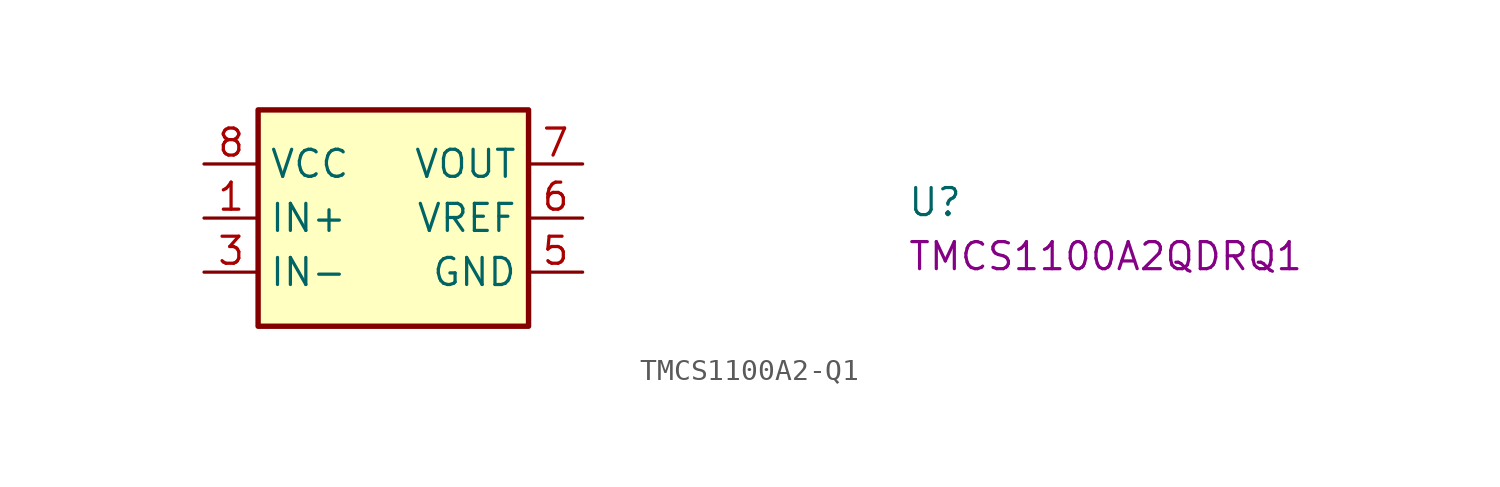
<source format=kicad_sym>
(kicad_symbol_lib
  (version 20220914)
  (generator kicad_symbol_editor)
  (symbol "TMCS1100A2-Q1"
    (property "Reference" "U"
      (at 33.02 -2.54 0)
      (effects (font (size 1.27 1.27) (thickness 0.15)) (justify left bottom)))
    (property "MPN" "TMCS1100A2QDRQ1"
      (at 33.02 -5.08 0)
      (effects (font (size 1.27 1.27) (thickness 0.15)) (justify left bottom)))
    (symbol "TMCS1100A2-Q1_0_1"
      (rectangle (start 2.54 2.54) (end 15.24 -7.62) (stroke (width 0.254) (type default)) (fill (type background))))
    (symbol "TMCS1100A2-Q1_1_1"
      (pin input line (at 0 -2.54 0) (length 2.54) (name "IN+" (effects (font (size 1.27 1.27)))) (number "1" (effects (font (size 1.27 1.27)))))
      (pin input line (at 0 -2.54 0) (length 2.54) hide (name "IN+" (effects (font (size 1.27 1.27)))) (number "2" (effects (font (size 1.27 1.27)))))
      (pin input line (at 0 -5.08 0) (length 2.54) (name "IN-" (effects (font (size 1.27 1.27)))) (number "3" (effects (font (size 1.27 1.27)))))
      (pin input line (at 0 -5.08 0) (length 2.54) hide (name "IN-" (effects (font (size 1.27 1.27)))) (number "4" (effects (font (size 1.27 1.27)))))
      (pin power_in line (at 17.78 -5.08 180) (length 2.54) (name "GND" (effects (font (size 1.27 1.27)))) (number "5" (effects (font (size 1.27 1.27)))))
      (pin input line (at 17.78 -2.54 180) (length 2.54) (name "VREF" (effects (font (size 1.27 1.27)))) (number "6" (effects (font (size 1.27 1.27)))))
      (pin output line (at 17.78 0 180) (length 2.54) (name "VOUT" (effects (font (size 1.27 1.27)))) (number "7" (effects (font (size 1.27 1.27)))))
      (pin power_in line (at 0 0 0) (length 2.54) (name "VCC" (effects (font (size 1.27 1.27)))) (number "8" (effects (font (size 1.27 1.27))))))))
</source>
